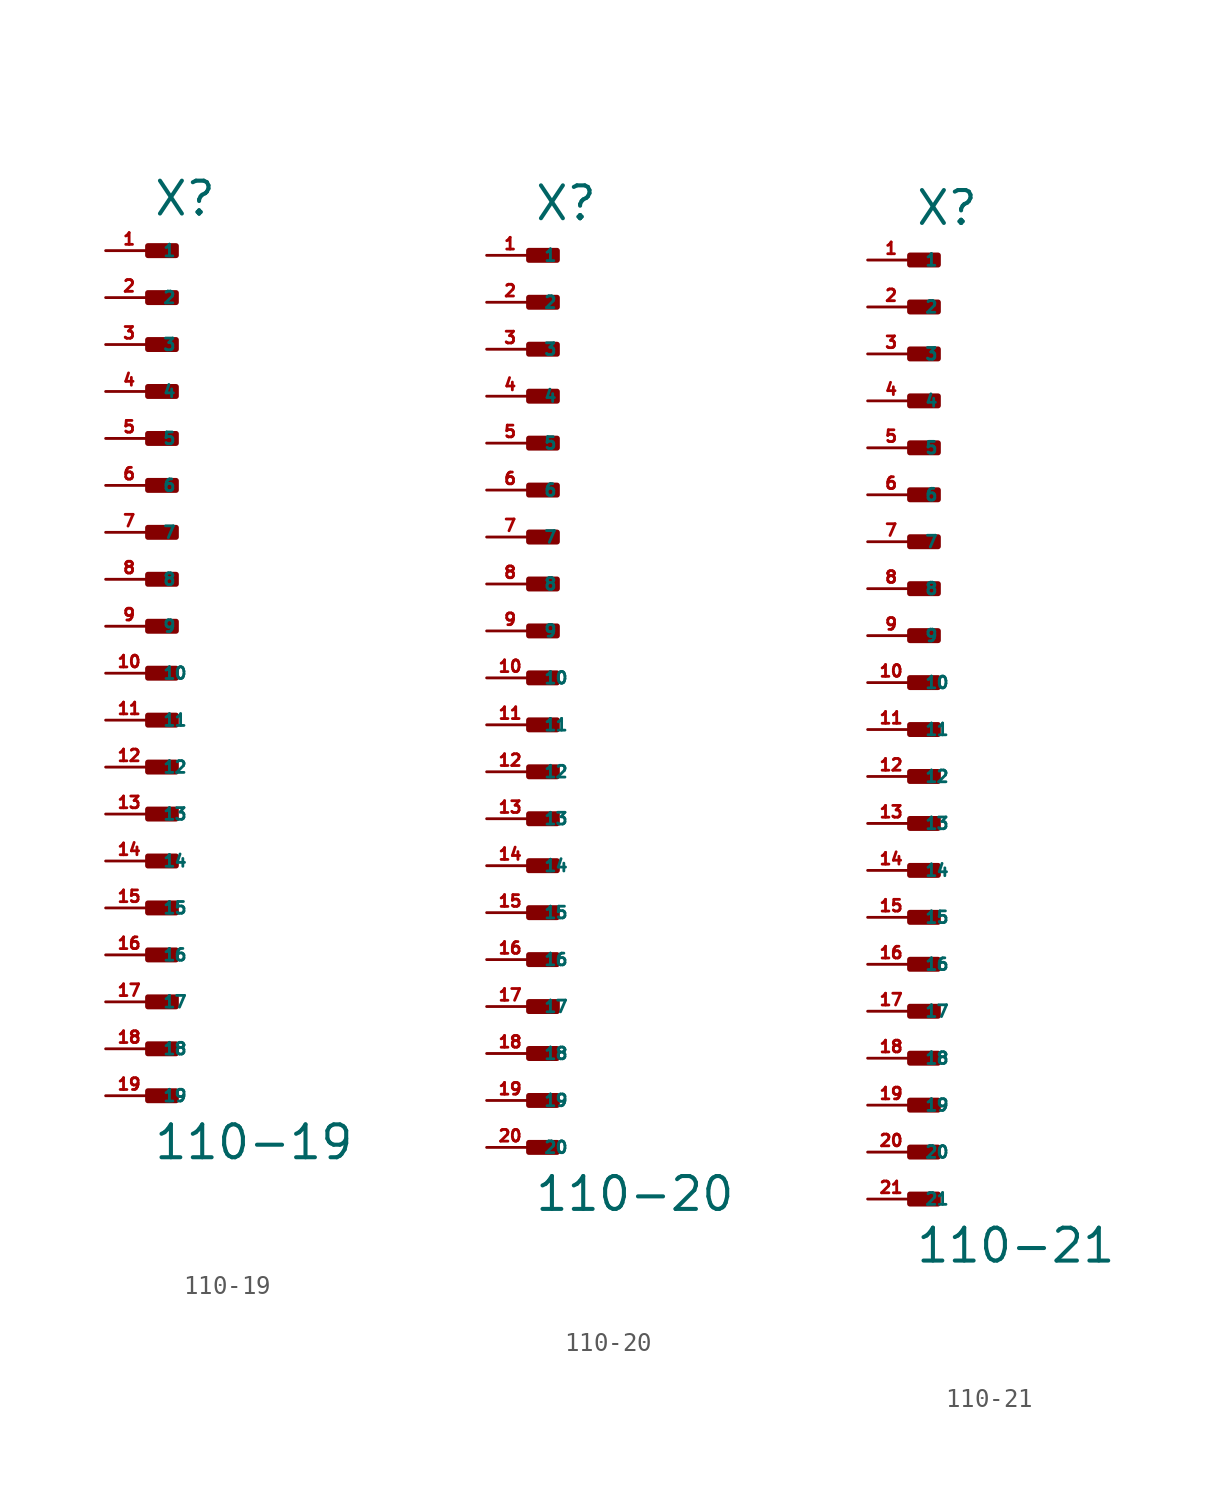
<source format=kicad_sym>
(kicad_symbol_lib
  (version 20220914)
  (generator Eagle2Kicad)
  (symbol "110-19"
    (property "Reference" "X"
      (at 0 24.638 0)
      (effects (font (size 1.778 1.778) (thickness 0.22)) (justify left bottom)))
    (property "Value" "110-19"
      (at 0 -26.416 0)
      (effects (font (size 1.778 1.778) (thickness 0.22)) (justify left bottom)))
    (rectangle
      (start -0.254 22.606)
      (end 1.27 23.114)
      (stroke (width 0.3) (type default))
      (fill (type outline)))
    (rectangle
      (start -0.254 20.066)
      (end 1.27 20.574)
      (stroke (width 0.3) (type default))
      (fill (type outline)))
    (rectangle
      (start -0.254 17.526)
      (end 1.27 18.034)
      (stroke (width 0.3) (type default))
      (fill (type outline)))
    (rectangle
      (start -0.254 14.986)
      (end 1.27 15.494)
      (stroke (width 0.3) (type default))
      (fill (type outline)))
    (rectangle
      (start -0.254 12.446)
      (end 1.27 12.954)
      (stroke (width 0.3) (type default))
      (fill (type outline)))
    (rectangle
      (start -0.254 9.906)
      (end 1.27 10.414)
      (stroke (width 0.3) (type default))
      (fill (type outline)))
    (rectangle
      (start -0.254 7.366)
      (end 1.27 7.874)
      (stroke (width 0.3) (type default))
      (fill (type outline)))
    (rectangle
      (start -0.254 4.826)
      (end 1.27 5.334)
      (stroke (width 0.3) (type default))
      (fill (type outline)))
    (rectangle
      (start -0.254 2.286)
      (end 1.27 2.794)
      (stroke (width 0.3) (type default))
      (fill (type outline)))
    (rectangle
      (start -0.254 -0.254)
      (end 1.27 0.254)
      (stroke (width 0.3) (type default))
      (fill (type outline)))
    (rectangle
      (start -0.254 -2.794)
      (end 1.27 -2.286)
      (stroke (width 0.3) (type default))
      (fill (type outline)))
    (rectangle
      (start -0.254 -5.334)
      (end 1.27 -4.826)
      (stroke (width 0.3) (type default))
      (fill (type outline)))
    (rectangle
      (start -0.254 -7.874)
      (end 1.27 -7.366)
      (stroke (width 0.3) (type default))
      (fill (type outline)))
    (rectangle
      (start -0.254 -10.414)
      (end 1.27 -9.906)
      (stroke (width 0.3) (type default))
      (fill (type outline)))
    (rectangle
      (start -0.254 -12.954)
      (end 1.27 -12.446)
      (stroke (width 0.3) (type default))
      (fill (type outline)))
    (rectangle
      (start -0.254 -15.494)
      (end 1.27 -14.986)
      (stroke (width 0.3) (type default))
      (fill (type outline)))
    (rectangle
      (start -0.254 -18.034)
      (end 1.27 -17.526)
      (stroke (width 0.3) (type default))
      (fill (type outline)))
    (rectangle
      (start -0.254 -20.574)
      (end 1.27 -20.066)
      (stroke (width 0.3) (type default))
      (fill (type outline)))
    (rectangle
      (start -0.254 -23.114)
      (end 1.27 -22.606)
      (stroke (width 0.3) (type default))
      (fill (type outline)))
    (pin passive line
      (at -2.54 22.86 0)
      (length 2.54)
      (name "1" (effects (font (size 0.635 0.635) (thickness 0.08)) (justify left bottom)))
      (number "1" (effects (font (size 0.635 0.635) (thickness 0.08)) (justify left bottom))))
    (pin passive line
      (at -2.54 20.32 0)
      (length 2.54)
      (name "2" (effects (font (size 0.635 0.635) (thickness 0.08)) (justify left bottom)))
      (number "2" (effects (font (size 0.635 0.635) (thickness 0.08)) (justify left bottom))))
    (pin passive line
      (at -2.54 17.78 0)
      (length 2.54)
      (name "3" (effects (font (size 0.635 0.635) (thickness 0.08)) (justify left bottom)))
      (number "3" (effects (font (size 0.635 0.635) (thickness 0.08)) (justify left bottom))))
    (pin passive line
      (at -2.54 15.24 0)
      (length 2.54)
      (name "4" (effects (font (size 0.635 0.635) (thickness 0.08)) (justify left bottom)))
      (number "4" (effects (font (size 0.635 0.635) (thickness 0.08)) (justify left bottom))))
    (pin passive line
      (at -2.54 12.7 0)
      (length 2.54)
      (name "5" (effects (font (size 0.635 0.635) (thickness 0.08)) (justify left bottom)))
      (number "5" (effects (font (size 0.635 0.635) (thickness 0.08)) (justify left bottom))))
    (pin passive line
      (at -2.54 10.16 0)
      (length 2.54)
      (name "6" (effects (font (size 0.635 0.635) (thickness 0.08)) (justify left bottom)))
      (number "6" (effects (font (size 0.635 0.635) (thickness 0.08)) (justify left bottom))))
    (pin passive line
      (at -2.54 7.62 0)
      (length 2.54)
      (name "7" (effects (font (size 0.635 0.635) (thickness 0.08)) (justify left bottom)))
      (number "7" (effects (font (size 0.635 0.635) (thickness 0.08)) (justify left bottom))))
    (pin passive line
      (at -2.54 5.08 0)
      (length 2.54)
      (name "8" (effects (font (size 0.635 0.635) (thickness 0.08)) (justify left bottom)))
      (number "8" (effects (font (size 0.635 0.635) (thickness 0.08)) (justify left bottom))))
    (pin passive line
      (at -2.54 2.54 0)
      (length 2.54)
      (name "9" (effects (font (size 0.635 0.635) (thickness 0.08)) (justify left bottom)))
      (number "9" (effects (font (size 0.635 0.635) (thickness 0.08)) (justify left bottom))))
    (pin passive line
      (at -2.54 0 0)
      (length 2.54)
      (name "10" (effects (font (size 0.635 0.635) (thickness 0.08)) (justify left bottom)))
      (number "10" (effects (font (size 0.635 0.635) (thickness 0.08)) (justify left bottom))))
    (pin passive line
      (at -2.54 -2.54 0)
      (length 2.54)
      (name "11" (effects (font (size 0.635 0.635) (thickness 0.08)) (justify left bottom)))
      (number "11" (effects (font (size 0.635 0.635) (thickness 0.08)) (justify left bottom))))
    (pin passive line
      (at -2.54 -5.08 0)
      (length 2.54)
      (name "12" (effects (font (size 0.635 0.635) (thickness 0.08)) (justify left bottom)))
      (number "12" (effects (font (size 0.635 0.635) (thickness 0.08)) (justify left bottom))))
    (pin passive line
      (at -2.54 -7.62 0)
      (length 2.54)
      (name "13" (effects (font (size 0.635 0.635) (thickness 0.08)) (justify left bottom)))
      (number "13" (effects (font (size 0.635 0.635) (thickness 0.08)) (justify left bottom))))
    (pin passive line
      (at -2.54 -10.16 0)
      (length 2.54)
      (name "14" (effects (font (size 0.635 0.635) (thickness 0.08)) (justify left bottom)))
      (number "14" (effects (font (size 0.635 0.635) (thickness 0.08)) (justify left bottom))))
    (pin passive line
      (at -2.54 -12.7 0)
      (length 2.54)
      (name "15" (effects (font (size 0.635 0.635) (thickness 0.08)) (justify left bottom)))
      (number "15" (effects (font (size 0.635 0.635) (thickness 0.08)) (justify left bottom))))
    (pin passive line
      (at -2.54 -15.24 0)
      (length 2.54)
      (name "16" (effects (font (size 0.635 0.635) (thickness 0.08)) (justify left bottom)))
      (number "16" (effects (font (size 0.635 0.635) (thickness 0.08)) (justify left bottom))))
    (pin passive line
      (at -2.54 -17.78 0)
      (length 2.54)
      (name "17" (effects (font (size 0.635 0.635) (thickness 0.08)) (justify left bottom)))
      (number "17" (effects (font (size 0.635 0.635) (thickness 0.08)) (justify left bottom))))
    (pin passive line
      (at -2.54 -20.32 0)
      (length 2.54)
      (name "18" (effects (font (size 0.635 0.635) (thickness 0.08)) (justify left bottom)))
      (number "18" (effects (font (size 0.635 0.635) (thickness 0.08)) (justify left bottom))))
    (pin passive line
      (at -2.54 -22.86 0)
      (length 2.54)
      (name "19" (effects (font (size 0.635 0.635) (thickness 0.08)) (justify left bottom)))
      (number "19" (effects (font (size 0.635 0.635) (thickness 0.08)) (justify left bottom)))))
  (symbol "110-20"
    (property "Reference" "X"
      (at 0 24.638 0)
      (effects (font (size 1.778 1.778) (thickness 0.22)) (justify left bottom)))
    (property "Value" "110-20"
      (at 0 -28.956 0)
      (effects (font (size 1.778 1.778) (thickness 0.22)) (justify left bottom)))
    (rectangle
      (start -0.254 22.606)
      (end 1.27 23.114)
      (stroke (width 0.3) (type default))
      (fill (type outline)))
    (rectangle
      (start -0.254 20.066)
      (end 1.27 20.574)
      (stroke (width 0.3) (type default))
      (fill (type outline)))
    (rectangle
      (start -0.254 17.526)
      (end 1.27 18.034)
      (stroke (width 0.3) (type default))
      (fill (type outline)))
    (rectangle
      (start -0.254 14.986)
      (end 1.27 15.494)
      (stroke (width 0.3) (type default))
      (fill (type outline)))
    (rectangle
      (start -0.254 12.446)
      (end 1.27 12.954)
      (stroke (width 0.3) (type default))
      (fill (type outline)))
    (rectangle
      (start -0.254 9.906)
      (end 1.27 10.414)
      (stroke (width 0.3) (type default))
      (fill (type outline)))
    (rectangle
      (start -0.254 7.366)
      (end 1.27 7.874)
      (stroke (width 0.3) (type default))
      (fill (type outline)))
    (rectangle
      (start -0.254 4.826)
      (end 1.27 5.334)
      (stroke (width 0.3) (type default))
      (fill (type outline)))
    (rectangle
      (start -0.254 2.286)
      (end 1.27 2.794)
      (stroke (width 0.3) (type default))
      (fill (type outline)))
    (rectangle
      (start -0.254 -0.254)
      (end 1.27 0.254)
      (stroke (width 0.3) (type default))
      (fill (type outline)))
    (rectangle
      (start -0.254 -2.794)
      (end 1.27 -2.286)
      (stroke (width 0.3) (type default))
      (fill (type outline)))
    (rectangle
      (start -0.254 -5.334)
      (end 1.27 -4.826)
      (stroke (width 0.3) (type default))
      (fill (type outline)))
    (rectangle
      (start -0.254 -7.874)
      (end 1.27 -7.366)
      (stroke (width 0.3) (type default))
      (fill (type outline)))
    (rectangle
      (start -0.254 -10.414)
      (end 1.27 -9.906)
      (stroke (width 0.3) (type default))
      (fill (type outline)))
    (rectangle
      (start -0.254 -12.954)
      (end 1.27 -12.446)
      (stroke (width 0.3) (type default))
      (fill (type outline)))
    (rectangle
      (start -0.254 -15.494)
      (end 1.27 -14.986)
      (stroke (width 0.3) (type default))
      (fill (type outline)))
    (rectangle
      (start -0.254 -18.034)
      (end 1.27 -17.526)
      (stroke (width 0.3) (type default))
      (fill (type outline)))
    (rectangle
      (start -0.254 -20.574)
      (end 1.27 -20.066)
      (stroke (width 0.3) (type default))
      (fill (type outline)))
    (rectangle
      (start -0.254 -23.114)
      (end 1.27 -22.606)
      (stroke (width 0.3) (type default))
      (fill (type outline)))
    (rectangle
      (start -0.254 -25.654)
      (end 1.27 -25.146)
      (stroke (width 0.3) (type default))
      (fill (type outline)))
    (pin passive line
      (at -2.54 22.86 0)
      (length 2.54)
      (name "1" (effects (font (size 0.635 0.635) (thickness 0.08)) (justify left bottom)))
      (number "1" (effects (font (size 0.635 0.635) (thickness 0.08)) (justify left bottom))))
    (pin passive line
      (at -2.54 20.32 0)
      (length 2.54)
      (name "2" (effects (font (size 0.635 0.635) (thickness 0.08)) (justify left bottom)))
      (number "2" (effects (font (size 0.635 0.635) (thickness 0.08)) (justify left bottom))))
    (pin passive line
      (at -2.54 17.78 0)
      (length 2.54)
      (name "3" (effects (font (size 0.635 0.635) (thickness 0.08)) (justify left bottom)))
      (number "3" (effects (font (size 0.635 0.635) (thickness 0.08)) (justify left bottom))))
    (pin passive line
      (at -2.54 15.24 0)
      (length 2.54)
      (name "4" (effects (font (size 0.635 0.635) (thickness 0.08)) (justify left bottom)))
      (number "4" (effects (font (size 0.635 0.635) (thickness 0.08)) (justify left bottom))))
    (pin passive line
      (at -2.54 12.7 0)
      (length 2.54)
      (name "5" (effects (font (size 0.635 0.635) (thickness 0.08)) (justify left bottom)))
      (number "5" (effects (font (size 0.635 0.635) (thickness 0.08)) (justify left bottom))))
    (pin passive line
      (at -2.54 10.16 0)
      (length 2.54)
      (name "6" (effects (font (size 0.635 0.635) (thickness 0.08)) (justify left bottom)))
      (number "6" (effects (font (size 0.635 0.635) (thickness 0.08)) (justify left bottom))))
    (pin passive line
      (at -2.54 7.62 0)
      (length 2.54)
      (name "7" (effects (font (size 0.635 0.635) (thickness 0.08)) (justify left bottom)))
      (number "7" (effects (font (size 0.635 0.635) (thickness 0.08)) (justify left bottom))))
    (pin passive line
      (at -2.54 5.08 0)
      (length 2.54)
      (name "8" (effects (font (size 0.635 0.635) (thickness 0.08)) (justify left bottom)))
      (number "8" (effects (font (size 0.635 0.635) (thickness 0.08)) (justify left bottom))))
    (pin passive line
      (at -2.54 2.54 0)
      (length 2.54)
      (name "9" (effects (font (size 0.635 0.635) (thickness 0.08)) (justify left bottom)))
      (number "9" (effects (font (size 0.635 0.635) (thickness 0.08)) (justify left bottom))))
    (pin passive line
      (at -2.54 0 0)
      (length 2.54)
      (name "10" (effects (font (size 0.635 0.635) (thickness 0.08)) (justify left bottom)))
      (number "10" (effects (font (size 0.635 0.635) (thickness 0.08)) (justify left bottom))))
    (pin passive line
      (at -2.54 -2.54 0)
      (length 2.54)
      (name "11" (effects (font (size 0.635 0.635) (thickness 0.08)) (justify left bottom)))
      (number "11" (effects (font (size 0.635 0.635) (thickness 0.08)) (justify left bottom))))
    (pin passive line
      (at -2.54 -5.08 0)
      (length 2.54)
      (name "12" (effects (font (size 0.635 0.635) (thickness 0.08)) (justify left bottom)))
      (number "12" (effects (font (size 0.635 0.635) (thickness 0.08)) (justify left bottom))))
    (pin passive line
      (at -2.54 -7.62 0)
      (length 2.54)
      (name "13" (effects (font (size 0.635 0.635) (thickness 0.08)) (justify left bottom)))
      (number "13" (effects (font (size 0.635 0.635) (thickness 0.08)) (justify left bottom))))
    (pin passive line
      (at -2.54 -10.16 0)
      (length 2.54)
      (name "14" (effects (font (size 0.635 0.635) (thickness 0.08)) (justify left bottom)))
      (number "14" (effects (font (size 0.635 0.635) (thickness 0.08)) (justify left bottom))))
    (pin passive line
      (at -2.54 -12.7 0)
      (length 2.54)
      (name "15" (effects (font (size 0.635 0.635) (thickness 0.08)) (justify left bottom)))
      (number "15" (effects (font (size 0.635 0.635) (thickness 0.08)) (justify left bottom))))
    (pin passive line
      (at -2.54 -15.24 0)
      (length 2.54)
      (name "16" (effects (font (size 0.635 0.635) (thickness 0.08)) (justify left bottom)))
      (number "16" (effects (font (size 0.635 0.635) (thickness 0.08)) (justify left bottom))))
    (pin passive line
      (at -2.54 -17.78 0)
      (length 2.54)
      (name "17" (effects (font (size 0.635 0.635) (thickness 0.08)) (justify left bottom)))
      (number "17" (effects (font (size 0.635 0.635) (thickness 0.08)) (justify left bottom))))
    (pin passive line
      (at -2.54 -20.32 0)
      (length 2.54)
      (name "18" (effects (font (size 0.635 0.635) (thickness 0.08)) (justify left bottom)))
      (number "18" (effects (font (size 0.635 0.635) (thickness 0.08)) (justify left bottom))))
    (pin passive line
      (at -2.54 -22.86 0)
      (length 2.54)
      (name "19" (effects (font (size 0.635 0.635) (thickness 0.08)) (justify left bottom)))
      (number "19" (effects (font (size 0.635 0.635) (thickness 0.08)) (justify left bottom))))
    (pin passive line
      (at -2.54 -25.4 0)
      (length 2.54)
      (name "20" (effects (font (size 0.635 0.635) (thickness 0.08)) (justify left bottom)))
      (number "20" (effects (font (size 0.635 0.635) (thickness 0.08)) (justify left bottom)))))
  (symbol "110-21"
    (property "Reference" "X"
      (at 0 27.178 0)
      (effects (font (size 1.778 1.778) (thickness 0.22)) (justify left bottom)))
    (property "Value" "110-21"
      (at 0 -28.956 0)
      (effects (font (size 1.778 1.778) (thickness 0.22)) (justify left bottom)))
    (rectangle
      (start -0.254 25.146)
      (end 1.27 25.654)
      (stroke (width 0.3) (type default))
      (fill (type outline)))
    (rectangle
      (start -0.254 22.606)
      (end 1.27 23.114)
      (stroke (width 0.3) (type default))
      (fill (type outline)))
    (rectangle
      (start -0.254 20.066)
      (end 1.27 20.574)
      (stroke (width 0.3) (type default))
      (fill (type outline)))
    (rectangle
      (start -0.254 17.526)
      (end 1.27 18.034)
      (stroke (width 0.3) (type default))
      (fill (type outline)))
    (rectangle
      (start -0.254 14.986)
      (end 1.27 15.494)
      (stroke (width 0.3) (type default))
      (fill (type outline)))
    (rectangle
      (start -0.254 12.446)
      (end 1.27 12.954)
      (stroke (width 0.3) (type default))
      (fill (type outline)))
    (rectangle
      (start -0.254 9.906)
      (end 1.27 10.414)
      (stroke (width 0.3) (type default))
      (fill (type outline)))
    (rectangle
      (start -0.254 7.366)
      (end 1.27 7.874)
      (stroke (width 0.3) (type default))
      (fill (type outline)))
    (rectangle
      (start -0.254 4.826)
      (end 1.27 5.334)
      (stroke (width 0.3) (type default))
      (fill (type outline)))
    (rectangle
      (start -0.254 2.286)
      (end 1.27 2.794)
      (stroke (width 0.3) (type default))
      (fill (type outline)))
    (rectangle
      (start -0.254 -0.254)
      (end 1.27 0.254)
      (stroke (width 0.3) (type default))
      (fill (type outline)))
    (rectangle
      (start -0.254 -2.794)
      (end 1.27 -2.286)
      (stroke (width 0.3) (type default))
      (fill (type outline)))
    (rectangle
      (start -0.254 -5.334)
      (end 1.27 -4.826)
      (stroke (width 0.3) (type default))
      (fill (type outline)))
    (rectangle
      (start -0.254 -7.874)
      (end 1.27 -7.366)
      (stroke (width 0.3) (type default))
      (fill (type outline)))
    (rectangle
      (start -0.254 -10.414)
      (end 1.27 -9.906)
      (stroke (width 0.3) (type default))
      (fill (type outline)))
    (rectangle
      (start -0.254 -12.954)
      (end 1.27 -12.446)
      (stroke (width 0.3) (type default))
      (fill (type outline)))
    (rectangle
      (start -0.254 -15.494)
      (end 1.27 -14.986)
      (stroke (width 0.3) (type default))
      (fill (type outline)))
    (rectangle
      (start -0.254 -18.034)
      (end 1.27 -17.526)
      (stroke (width 0.3) (type default))
      (fill (type outline)))
    (rectangle
      (start -0.254 -20.574)
      (end 1.27 -20.066)
      (stroke (width 0.3) (type default))
      (fill (type outline)))
    (rectangle
      (start -0.254 -23.114)
      (end 1.27 -22.606)
      (stroke (width 0.3) (type default))
      (fill (type outline)))
    (rectangle
      (start -0.254 -25.654)
      (end 1.27 -25.146)
      (stroke (width 0.3) (type default))
      (fill (type outline)))
    (pin passive line
      (at -2.54 25.4 0)
      (length 2.54)
      (name "1" (effects (font (size 0.635 0.635) (thickness 0.08)) (justify left bottom)))
      (number "1" (effects (font (size 0.635 0.635) (thickness 0.08)) (justify left bottom))))
    (pin passive line
      (at -2.54 22.86 0)
      (length 2.54)
      (name "2" (effects (font (size 0.635 0.635) (thickness 0.08)) (justify left bottom)))
      (number "2" (effects (font (size 0.635 0.635) (thickness 0.08)) (justify left bottom))))
    (pin passive line
      (at -2.54 20.32 0)
      (length 2.54)
      (name "3" (effects (font (size 0.635 0.635) (thickness 0.08)) (justify left bottom)))
      (number "3" (effects (font (size 0.635 0.635) (thickness 0.08)) (justify left bottom))))
    (pin passive line
      (at -2.54 17.78 0)
      (length 2.54)
      (name "4" (effects (font (size 0.635 0.635) (thickness 0.08)) (justify left bottom)))
      (number "4" (effects (font (size 0.635 0.635) (thickness 0.08)) (justify left bottom))))
    (pin passive line
      (at -2.54 15.24 0)
      (length 2.54)
      (name "5" (effects (font (size 0.635 0.635) (thickness 0.08)) (justify left bottom)))
      (number "5" (effects (font (size 0.635 0.635) (thickness 0.08)) (justify left bottom))))
    (pin passive line
      (at -2.54 12.7 0)
      (length 2.54)
      (name "6" (effects (font (size 0.635 0.635) (thickness 0.08)) (justify left bottom)))
      (number "6" (effects (font (size 0.635 0.635) (thickness 0.08)) (justify left bottom))))
    (pin passive line
      (at -2.54 10.16 0)
      (length 2.54)
      (name "7" (effects (font (size 0.635 0.635) (thickness 0.08)) (justify left bottom)))
      (number "7" (effects (font (size 0.635 0.635) (thickness 0.08)) (justify left bottom))))
    (pin passive line
      (at -2.54 7.62 0)
      (length 2.54)
      (name "8" (effects (font (size 0.635 0.635) (thickness 0.08)) (justify left bottom)))
      (number "8" (effects (font (size 0.635 0.635) (thickness 0.08)) (justify left bottom))))
    (pin passive line
      (at -2.54 5.08 0)
      (length 2.54)
      (name "9" (effects (font (size 0.635 0.635) (thickness 0.08)) (justify left bottom)))
      (number "9" (effects (font (size 0.635 0.635) (thickness 0.08)) (justify left bottom))))
    (pin passive line
      (at -2.54 2.54 0)
      (length 2.54)
      (name "10" (effects (font (size 0.635 0.635) (thickness 0.08)) (justify left bottom)))
      (number "10" (effects (font (size 0.635 0.635) (thickness 0.08)) (justify left bottom))))
    (pin passive line
      (at -2.54 0 0)
      (length 2.54)
      (name "11" (effects (font (size 0.635 0.635) (thickness 0.08)) (justify left bottom)))
      (number "11" (effects (font (size 0.635 0.635) (thickness 0.08)) (justify left bottom))))
    (pin passive line
      (at -2.54 -2.54 0)
      (length 2.54)
      (name "12" (effects (font (size 0.635 0.635) (thickness 0.08)) (justify left bottom)))
      (number "12" (effects (font (size 0.635 0.635) (thickness 0.08)) (justify left bottom))))
    (pin passive line
      (at -2.54 -5.08 0)
      (length 2.54)
      (name "13" (effects (font (size 0.635 0.635) (thickness 0.08)) (justify left bottom)))
      (number "13" (effects (font (size 0.635 0.635) (thickness 0.08)) (justify left bottom))))
    (pin passive line
      (at -2.54 -7.62 0)
      (length 2.54)
      (name "14" (effects (font (size 0.635 0.635) (thickness 0.08)) (justify left bottom)))
      (number "14" (effects (font (size 0.635 0.635) (thickness 0.08)) (justify left bottom))))
    (pin passive line
      (at -2.54 -10.16 0)
      (length 2.54)
      (name "15" (effects (font (size 0.635 0.635) (thickness 0.08)) (justify left bottom)))
      (number "15" (effects (font (size 0.635 0.635) (thickness 0.08)) (justify left bottom))))
    (pin passive line
      (at -2.54 -12.7 0)
      (length 2.54)
      (name "16" (effects (font (size 0.635 0.635) (thickness 0.08)) (justify left bottom)))
      (number "16" (effects (font (size 0.635 0.635) (thickness 0.08)) (justify left bottom))))
    (pin passive line
      (at -2.54 -15.24 0)
      (length 2.54)
      (name "17" (effects (font (size 0.635 0.635) (thickness 0.08)) (justify left bottom)))
      (number "17" (effects (font (size 0.635 0.635) (thickness 0.08)) (justify left bottom))))
    (pin passive line
      (at -2.54 -17.78 0)
      (length 2.54)
      (name "18" (effects (font (size 0.635 0.635) (thickness 0.08)) (justify left bottom)))
      (number "18" (effects (font (size 0.635 0.635) (thickness 0.08)) (justify left bottom))))
    (pin passive line
      (at -2.54 -20.32 0)
      (length 2.54)
      (name "19" (effects (font (size 0.635 0.635) (thickness 0.08)) (justify left bottom)))
      (number "19" (effects (font (size 0.635 0.635) (thickness 0.08)) (justify left bottom))))
    (pin passive line
      (at -2.54 -22.86 0)
      (length 2.54)
      (name "20" (effects (font (size 0.635 0.635) (thickness 0.08)) (justify left bottom)))
      (number "20" (effects (font (size 0.635 0.635) (thickness 0.08)) (justify left bottom))))
    (pin passive line
      (at -2.54 -25.4 0)
      (length 2.54)
      (name "21" (effects (font (size 0.635 0.635) (thickness 0.08)) (justify left bottom)))
      (number "21" (effects (font (size 0.635 0.635) (thickness 0.08)) (justify left bottom))))))
</source>
